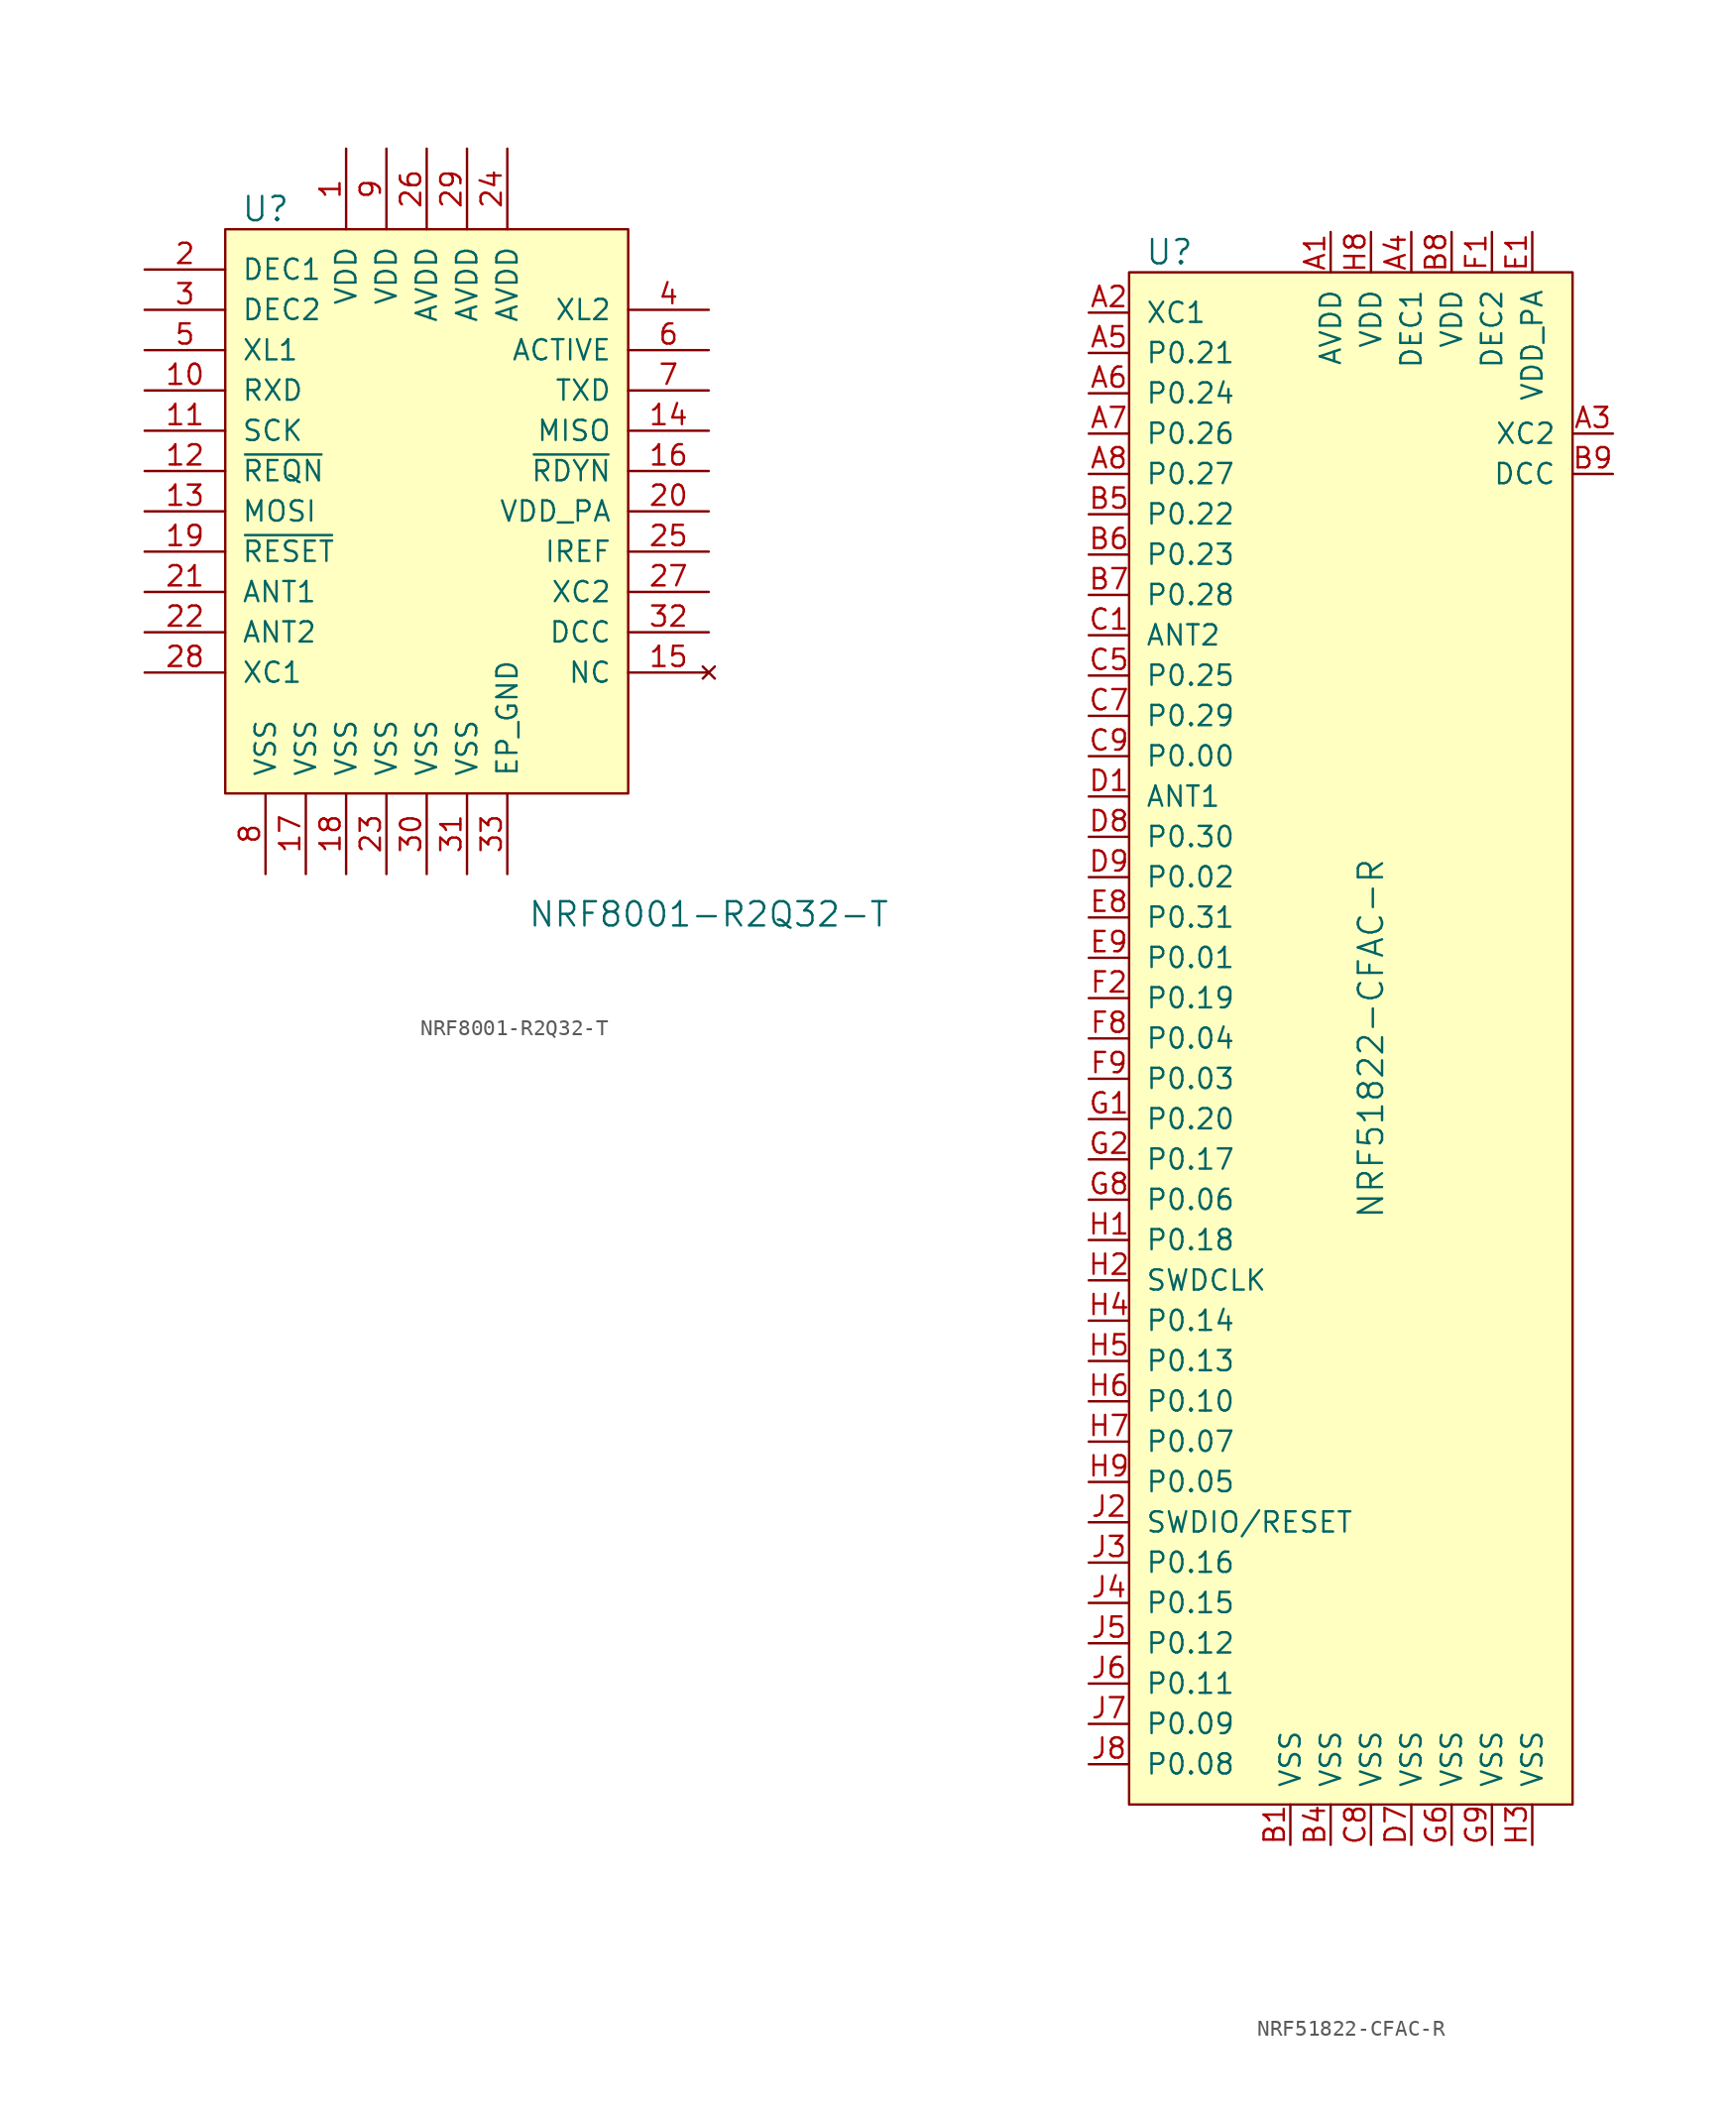
<source format=kicad_sym>
(kicad_symbol_lib
  (version 20231120)
  (generator "kicad_symbol_editor")
  (generator_version "8.0")
  (symbol "NRF8001-R2Q32-T"
    (pin_names
      (offset 1.016))
    (property "Reference" "U"
      (at -10.16 16.51 0)
      (effects (font (size 1.524 1.524))))
    (property "Value" "NRF8001-R2Q32-T"
      (at 17.78 -27.94 0)
      (effects (font (size 1.524 1.524))))
    (symbol "NRF8001-R2Q32-T_0_1"
      (rectangle (start -12.7 15.24) (end 12.7 -20.32) (stroke (width 0) (type default)) (fill (type background))))
    (symbol "NRF8001-R2Q32-T_1_1"
      (pin power_in line (at -5.08 20.32 270) (length 5.08) (name "VDD" (effects (font (size 1.27 1.27)))) (number "1" (effects (font (size 1.27 1.27)))))
      (pin input line (at -17.78 5.08 0) (length 5.08) (name "RXD" (effects (font (size 1.27 1.27)))) (number "10" (effects (font (size 1.27 1.27)))))
      (pin input line (at -17.78 2.54 0) (length 5.08) (name "SCK" (effects (font (size 1.27 1.27)))) (number "11" (effects (font (size 1.27 1.27)))))
      (pin input line (at -17.78 0 0) (length 5.08) (name "~{REQN}" (effects (font (size 1.27 1.27)))) (number "12" (effects (font (size 1.27 1.27)))))
      (pin input line (at -17.78 -2.54 0) (length 5.08) (name "MOSI" (effects (font (size 1.27 1.27)))) (number "13" (effects (font (size 1.27 1.27)))))
      (pin output line (at 17.78 2.54 180) (length 5.08) (name "MISO" (effects (font (size 1.27 1.27)))) (number "14" (effects (font (size 1.27 1.27)))))
      (pin no_connect line (at 17.78 -12.7 180) (length 5.08) (name "NC" (effects (font (size 1.27 1.27)))) (number "15" (effects (font (size 1.27 1.27)))))
      (pin output line (at 17.78 0 180) (length 5.08) (name "~{RDYN}" (effects (font (size 1.27 1.27)))) (number "16" (effects (font (size 1.27 1.27)))))
      (pin power_in line (at -7.62 -25.4 90) (length 5.08) (name "VSS" (effects (font (size 1.27 1.27)))) (number "17" (effects (font (size 1.27 1.27)))))
      (pin power_in line (at -5.08 -25.4 90) (length 5.08) (name "VSS" (effects (font (size 1.27 1.27)))) (number "18" (effects (font (size 1.27 1.27)))))
      (pin input line (at -17.78 -5.08 0) (length 5.08) (name "~{RESET}" (effects (font (size 1.27 1.27)))) (number "19" (effects (font (size 1.27 1.27)))))
      (pin unspecified line (at -17.78 12.7 0) (length 5.08) (name "DEC1" (effects (font (size 1.27 1.27)))) (number "2" (effects (font (size 1.27 1.27)))))
      (pin power_out line (at 17.78 -2.54 180) (length 5.08) (name "VDD_PA" (effects (font (size 1.27 1.27)))) (number "20" (effects (font (size 1.27 1.27)))))
      (pin input line (at -17.78 -7.62 0) (length 5.08) (name "ANT1" (effects (font (size 1.27 1.27)))) (number "21" (effects (font (size 1.27 1.27)))))
      (pin input line (at -17.78 -10.16 0) (length 5.08) (name "ANT2" (effects (font (size 1.27 1.27)))) (number "22" (effects (font (size 1.27 1.27)))))
      (pin power_in line (at -2.54 -25.4 90) (length 5.08) (name "VSS" (effects (font (size 1.27 1.27)))) (number "23" (effects (font (size 1.27 1.27)))))
      (pin power_in line (at 5.08 20.32 270) (length 5.08) (name "AVDD" (effects (font (size 1.27 1.27)))) (number "24" (effects (font (size 1.27 1.27)))))
      (pin output line (at 17.78 -5.08 180) (length 5.08) (name "IREF" (effects (font (size 1.27 1.27)))) (number "25" (effects (font (size 1.27 1.27)))))
      (pin power_in line (at 0 20.32 270) (length 5.08) (name "AVDD" (effects (font (size 1.27 1.27)))) (number "26" (effects (font (size 1.27 1.27)))))
      (pin output line (at 17.78 -7.62 180) (length 5.08) (name "XC2" (effects (font (size 1.27 1.27)))) (number "27" (effects (font (size 1.27 1.27)))))
      (pin input line (at -17.78 -12.7 0) (length 5.08) (name "XC1" (effects (font (size 1.27 1.27)))) (number "28" (effects (font (size 1.27 1.27)))))
      (pin power_in line (at 2.54 20.32 270) (length 5.08) (name "AVDD" (effects (font (size 1.27 1.27)))) (number "29" (effects (font (size 1.27 1.27)))))
      (pin unspecified line (at -17.78 10.16 0) (length 5.08) (name "DEC2" (effects (font (size 1.27 1.27)))) (number "3" (effects (font (size 1.27 1.27)))))
      (pin power_in line (at 0 -25.4 90) (length 5.08) (name "VSS" (effects (font (size 1.27 1.27)))) (number "30" (effects (font (size 1.27 1.27)))))
      (pin power_in line (at 2.54 -25.4 90) (length 5.08) (name "VSS" (effects (font (size 1.27 1.27)))) (number "31" (effects (font (size 1.27 1.27)))))
      (pin output line (at 17.78 -10.16 180) (length 5.08) (name "DCC" (effects (font (size 1.27 1.27)))) (number "32" (effects (font (size 1.27 1.27)))))
      (pin power_in line (at 5.08 -25.4 90) (length 5.08) (name "EP_GND" (effects (font (size 1.27 1.27)))) (number "33" (effects (font (size 1.27 1.27)))))
      (pin output line (at 17.78 10.16 180) (length 5.08) (name "XL2" (effects (font (size 1.27 1.27)))) (number "4" (effects (font (size 1.27 1.27)))))
      (pin input line (at -17.78 7.62 0) (length 5.08) (name "XL1" (effects (font (size 1.27 1.27)))) (number "5" (effects (font (size 1.27 1.27)))))
      (pin output line (at 17.78 7.62 180) (length 5.08) (name "ACTIVE" (effects (font (size 1.27 1.27)))) (number "6" (effects (font (size 1.27 1.27)))))
      (pin output line (at 17.78 5.08 180) (length 5.08) (name "TXD" (effects (font (size 1.27 1.27)))) (number "7" (effects (font (size 1.27 1.27)))))
      (pin power_in line (at -10.16 -25.4 90) (length 5.08) (name "VSS" (effects (font (size 1.27 1.27)))) (number "8" (effects (font (size 1.27 1.27)))))
      (pin power_in line (at -2.54 20.32 270) (length 5.08) (name "VDD" (effects (font (size 1.27 1.27)))) (number "9" (effects (font (size 1.27 1.27)))))))
  (symbol "NRF51822-CFAC-R"
    (pin_names
      (offset 1.016))
    (property "Reference" "U"
      (at -7.62 19.05 0)
      (effects (font (size 1.524 1.524))))
    (property "Value" "NRF51822-CFAC-R"
      (at 5.08 -30.48 90)
      (effects (font (size 1.524 1.524))))
    (symbol "NRF51822-CFAC-R_0_1"
      (rectangle (start -10.16 17.78) (end 17.78 -78.74) (stroke (width 0) (type default)) (fill (type background))))
    (symbol "NRF51822-CFAC-R_1_1"
      (pin power_in line (at 2.54 20.32 270) (length 2.54) (name "AVDD" (effects (font (size 1.27 1.27)))) (number "A1" (effects (font (size 1.27 1.27)))))
      (pin input line (at -12.7 15.24 0) (length 2.54) (name "XC1" (effects (font (size 1.27 1.27)))) (number "A2" (effects (font (size 1.27 1.27)))))
      (pin output line (at 20.32 7.62 180) (length 2.54) (name "XC2" (effects (font (size 1.27 1.27)))) (number "A3" (effects (font (size 1.27 1.27)))))
      (pin power_in line (at 7.62 20.32 270) (length 2.54) (name "DEC1" (effects (font (size 1.27 1.27)))) (number "A4" (effects (font (size 1.27 1.27)))))
      (pin bidirectional line (at -12.7 12.7 0) (length 2.54) (name "P0.21" (effects (font (size 1.27 1.27)))) (number "A5" (effects (font (size 1.27 1.27)))))
      (pin bidirectional line (at -12.7 10.16 0) (length 2.54) (name "P0.24" (effects (font (size 1.27 1.27)))) (number "A6" (effects (font (size 1.27 1.27)))))
      (pin bidirectional line (at -12.7 7.62 0) (length 2.54) (name "P0.26" (effects (font (size 1.27 1.27)))) (number "A7" (effects (font (size 1.27 1.27)))))
      (pin bidirectional line (at -12.7 5.08 0) (length 2.54) (name "P0.27" (effects (font (size 1.27 1.27)))) (number "A8" (effects (font (size 1.27 1.27)))))
      (pin power_in line (at 0 -81.28 90) (length 2.54) (name "VSS" (effects (font (size 1.27 1.27)))) (number "B1" (effects (font (size 1.27 1.27)))))
      (pin power_in line (at 2.54 -81.28 90) (length 2.54) (name "VSS" (effects (font (size 1.27 1.27)))) (number "B4" (effects (font (size 1.27 1.27)))))
      (pin bidirectional line (at -12.7 2.54 0) (length 2.54) (name "P0.22" (effects (font (size 1.27 1.27)))) (number "B5" (effects (font (size 1.27 1.27)))))
      (pin bidirectional line (at -12.7 0 0) (length 2.54) (name "P0.23" (effects (font (size 1.27 1.27)))) (number "B6" (effects (font (size 1.27 1.27)))))
      (pin bidirectional line (at -12.7 -2.54 0) (length 2.54) (name "P0.28" (effects (font (size 1.27 1.27)))) (number "B7" (effects (font (size 1.27 1.27)))))
      (pin power_in line (at 10.16 20.32 270) (length 2.54) (name "VDD" (effects (font (size 1.27 1.27)))) (number "B8" (effects (font (size 1.27 1.27)))))
      (pin power_out line (at 20.32 5.08 180) (length 2.54) (name "DCC" (effects (font (size 1.27 1.27)))) (number "B9" (effects (font (size 1.27 1.27)))))
      (pin input line (at -12.7 -5.08 0) (length 2.54) (name "ANT2" (effects (font (size 1.27 1.27)))) (number "C1" (effects (font (size 1.27 1.27)))))
      (pin bidirectional line (at -12.7 -7.62 0) (length 2.54) (name "P0.25" (effects (font (size 1.27 1.27)))) (number "C5" (effects (font (size 1.27 1.27)))))
      (pin no_connect line (at 17.78 2.54 180) (length 2.54) hide (name "NC" (effects (font (size 1.27 1.27)))) (number "C6" (effects (font (size 1.27 1.27)))))
      (pin bidirectional line (at -12.7 -10.16 0) (length 2.54) (name "P0.29" (effects (font (size 1.27 1.27)))) (number "C7" (effects (font (size 1.27 1.27)))))
      (pin power_in line (at 5.08 -81.28 90) (length 2.54) (name "VSS" (effects (font (size 1.27 1.27)))) (number "C8" (effects (font (size 1.27 1.27)))))
      (pin bidirectional line (at -12.7 -12.7 0) (length 2.54) (name "P0.00" (effects (font (size 1.27 1.27)))) (number "C9" (effects (font (size 1.27 1.27)))))
      (pin input line (at -12.7 -15.24 0) (length 2.54) (name "ANT1" (effects (font (size 1.27 1.27)))) (number "D1" (effects (font (size 1.27 1.27)))))
      (pin power_in line (at 7.62 -81.28 90) (length 2.54) (name "VSS" (effects (font (size 1.27 1.27)))) (number "D7" (effects (font (size 1.27 1.27)))))
      (pin bidirectional line (at -12.7 -17.78 0) (length 2.54) (name "P0.30" (effects (font (size 1.27 1.27)))) (number "D8" (effects (font (size 1.27 1.27)))))
      (pin bidirectional line (at -12.7 -20.32 0) (length 2.54) (name "P0.02" (effects (font (size 1.27 1.27)))) (number "D9" (effects (font (size 1.27 1.27)))))
      (pin power_in line (at 15.24 20.32 270) (length 2.54) (name "VDD_PA" (effects (font (size 1.27 1.27)))) (number "E1" (effects (font (size 1.27 1.27)))))
      (pin no_connect line (at 17.78 0 180) (length 2.54) hide (name "NC" (effects (font (size 1.27 1.27)))) (number "E2" (effects (font (size 1.27 1.27)))))
      (pin no_connect line (at 17.78 -2.54 180) (length 2.54) hide (name "NC" (effects (font (size 1.27 1.27)))) (number "E3" (effects (font (size 1.27 1.27)))))
      (pin no_connect line (at 17.78 -5.08 180) (length 2.54) hide (name "NC" (effects (font (size 1.27 1.27)))) (number "E7" (effects (font (size 1.27 1.27)))))
      (pin bidirectional line (at -12.7 -22.86 0) (length 2.54) (name "P0.31" (effects (font (size 1.27 1.27)))) (number "E8" (effects (font (size 1.27 1.27)))))
      (pin bidirectional line (at -12.7 -25.4 0) (length 2.54) (name "P0.01" (effects (font (size 1.27 1.27)))) (number "E9" (effects (font (size 1.27 1.27)))))
      (pin power_in line (at 12.7 20.32 270) (length 2.54) (name "DEC2" (effects (font (size 1.27 1.27)))) (number "F1" (effects (font (size 1.27 1.27)))))
      (pin bidirectional line (at -12.7 -27.94 0) (length 2.54) (name "P0.19" (effects (font (size 1.27 1.27)))) (number "F2" (effects (font (size 1.27 1.27)))))
      (pin no_connect line (at 17.78 -7.62 180) (length 2.54) hide (name "NC" (effects (font (size 1.27 1.27)))) (number "F3" (effects (font (size 1.27 1.27)))))
      (pin no_connect line (at 17.78 -10.16 180) (length 2.54) hide (name "NC" (effects (font (size 1.27 1.27)))) (number "F7" (effects (font (size 1.27 1.27)))))
      (pin bidirectional line (at -12.7 -30.48 0) (length 2.54) (name "P0.04" (effects (font (size 1.27 1.27)))) (number "F8" (effects (font (size 1.27 1.27)))))
      (pin bidirectional line (at -12.7 -33.02 0) (length 2.54) (name "P0.03" (effects (font (size 1.27 1.27)))) (number "F9" (effects (font (size 1.27 1.27)))))
      (pin bidirectional line (at -12.7 -35.56 0) (length 2.54) (name "P0.20" (effects (font (size 1.27 1.27)))) (number "G1" (effects (font (size 1.27 1.27)))))
      (pin bidirectional line (at -12.7 -38.1 0) (length 2.54) (name "P0.17" (effects (font (size 1.27 1.27)))) (number "G2" (effects (font (size 1.27 1.27)))))
      (pin no_connect line (at 17.78 -12.7 180) (length 2.54) hide (name "NC" (effects (font (size 1.27 1.27)))) (number "G3" (effects (font (size 1.27 1.27)))))
      (pin no_connect line (at 17.78 -15.24 180) (length 2.54) hide (name "NC" (effects (font (size 1.27 1.27)))) (number "G4" (effects (font (size 1.27 1.27)))))
      (pin no_connect line (at 17.78 -17.78 180) (length 2.54) hide (name "NC" (effects (font (size 1.27 1.27)))) (number "G5" (effects (font (size 1.27 1.27)))))
      (pin power_in line (at 10.16 -81.28 90) (length 2.54) (name "VSS" (effects (font (size 1.27 1.27)))) (number "G6" (effects (font (size 1.27 1.27)))))
      (pin no_connect line (at 17.78 -20.32 180) (length 2.54) hide (name "NC" (effects (font (size 1.27 1.27)))) (number "G7" (effects (font (size 1.27 1.27)))))
      (pin bidirectional line (at -12.7 -40.64 0) (length 2.54) (name "P0.06" (effects (font (size 1.27 1.27)))) (number "G8" (effects (font (size 1.27 1.27)))))
      (pin power_in line (at 12.7 -81.28 90) (length 2.54) (name "VSS" (effects (font (size 1.27 1.27)))) (number "G9" (effects (font (size 1.27 1.27)))))
      (pin bidirectional line (at -12.7 -43.18 0) (length 2.54) (name "P0.18" (effects (font (size 1.27 1.27)))) (number "H1" (effects (font (size 1.27 1.27)))))
      (pin input line (at -12.7 -45.72 0) (length 2.54) (name "SWDCLK" (effects (font (size 1.27 1.27)))) (number "H2" (effects (font (size 1.27 1.27)))))
      (pin power_in line (at 15.24 -81.28 90) (length 2.54) (name "VSS" (effects (font (size 1.27 1.27)))) (number "H3" (effects (font (size 1.27 1.27)))))
      (pin bidirectional line (at -12.7 -48.26 0) (length 2.54) (name "P0.14" (effects (font (size 1.27 1.27)))) (number "H4" (effects (font (size 1.27 1.27)))))
      (pin bidirectional line (at -12.7 -50.8 0) (length 2.54) (name "P0.13" (effects (font (size 1.27 1.27)))) (number "H5" (effects (font (size 1.27 1.27)))))
      (pin bidirectional line (at -12.7 -53.34 0) (length 2.54) (name "P0.10" (effects (font (size 1.27 1.27)))) (number "H6" (effects (font (size 1.27 1.27)))))
      (pin bidirectional line (at -12.7 -55.88 0) (length 2.54) (name "P0.07" (effects (font (size 1.27 1.27)))) (number "H7" (effects (font (size 1.27 1.27)))))
      (pin power_in line (at 5.08 20.32 270) (length 2.54) (name "VDD" (effects (font (size 1.27 1.27)))) (number "H8" (effects (font (size 1.27 1.27)))))
      (pin bidirectional line (at -12.7 -58.42 0) (length 2.54) (name "P0.05" (effects (font (size 1.27 1.27)))) (number "H9" (effects (font (size 1.27 1.27)))))
      (pin bidirectional line (at -12.7 -60.96 0) (length 2.54) (name "SWDIO/RESET" (effects (font (size 1.27 1.27)))) (number "J2" (effects (font (size 1.27 1.27)))))
      (pin bidirectional line (at -12.7 -63.5 0) (length 2.54) (name "P0.16" (effects (font (size 1.27 1.27)))) (number "J3" (effects (font (size 1.27 1.27)))))
      (pin bidirectional line (at -12.7 -66.04 0) (length 2.54) (name "P0.15" (effects (font (size 1.27 1.27)))) (number "J4" (effects (font (size 1.27 1.27)))))
      (pin bidirectional line (at -12.7 -68.58 0) (length 2.54) (name "P0.12" (effects (font (size 1.27 1.27)))) (number "J5" (effects (font (size 1.27 1.27)))))
      (pin bidirectional line (at -12.7 -71.12 0) (length 2.54) (name "P0.11" (effects (font (size 1.27 1.27)))) (number "J6" (effects (font (size 1.27 1.27)))))
      (pin bidirectional line (at -12.7 -73.66 0) (length 2.54) (name "P0.09" (effects (font (size 1.27 1.27)))) (number "J7" (effects (font (size 1.27 1.27)))))
      (pin bidirectional line (at -12.7 -76.2 0) (length 2.54) (name "P0.08" (effects (font (size 1.27 1.27)))) (number "J8" (effects (font (size 1.27 1.27))))))))
</source>
